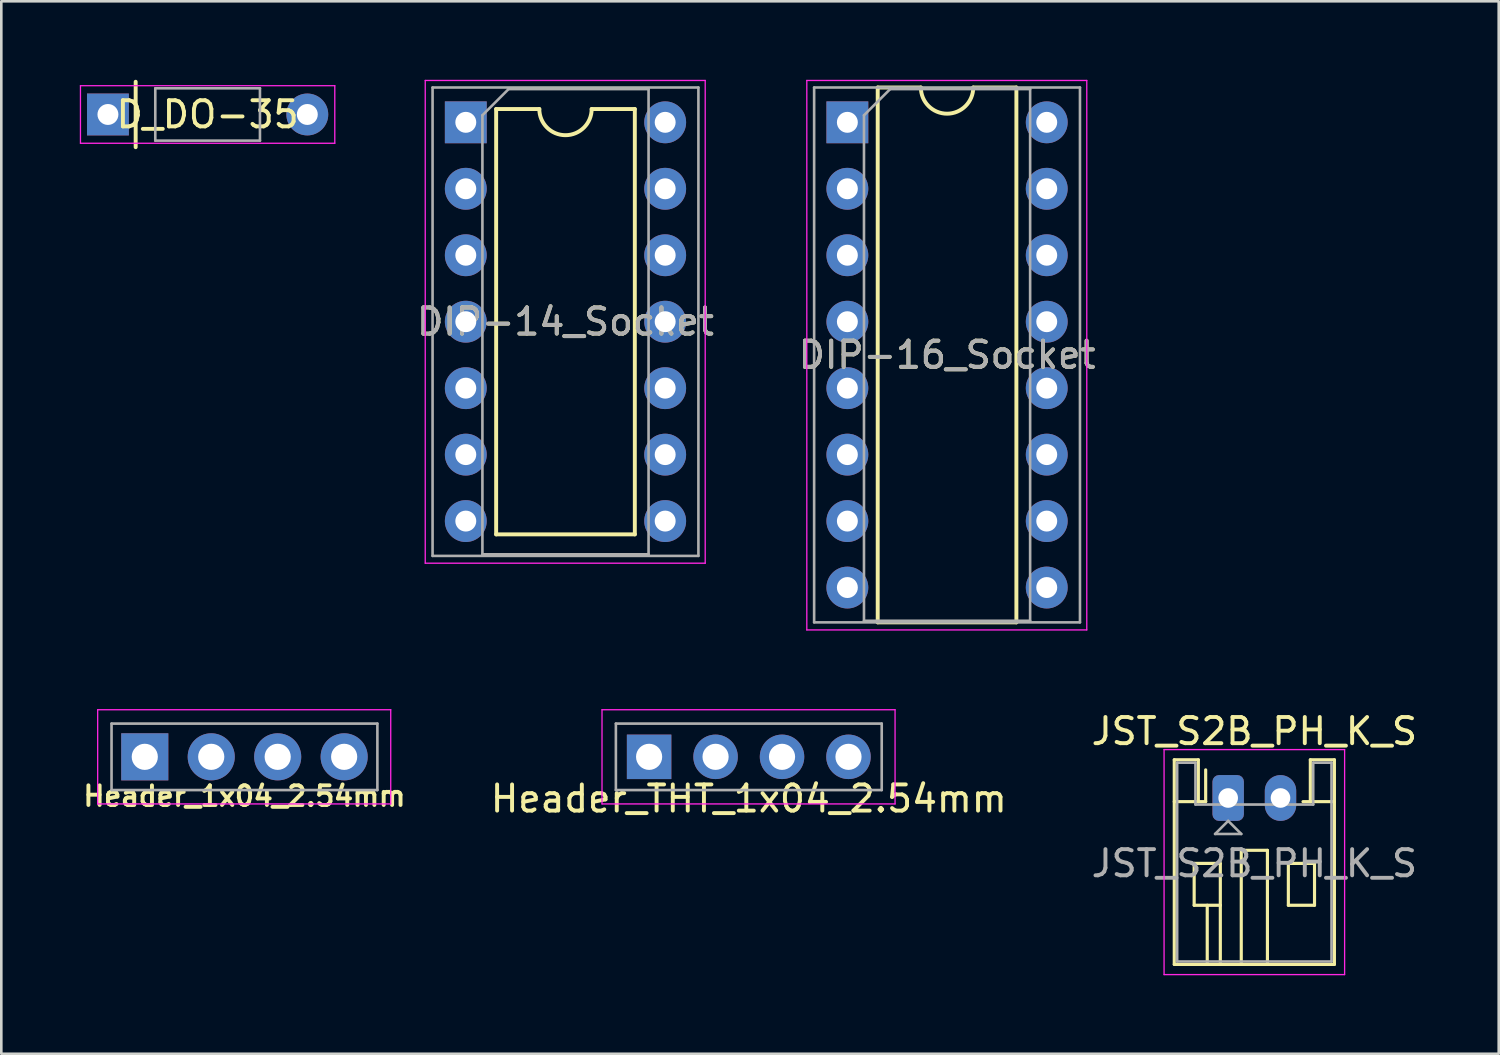
<source format=kicad_pcb>
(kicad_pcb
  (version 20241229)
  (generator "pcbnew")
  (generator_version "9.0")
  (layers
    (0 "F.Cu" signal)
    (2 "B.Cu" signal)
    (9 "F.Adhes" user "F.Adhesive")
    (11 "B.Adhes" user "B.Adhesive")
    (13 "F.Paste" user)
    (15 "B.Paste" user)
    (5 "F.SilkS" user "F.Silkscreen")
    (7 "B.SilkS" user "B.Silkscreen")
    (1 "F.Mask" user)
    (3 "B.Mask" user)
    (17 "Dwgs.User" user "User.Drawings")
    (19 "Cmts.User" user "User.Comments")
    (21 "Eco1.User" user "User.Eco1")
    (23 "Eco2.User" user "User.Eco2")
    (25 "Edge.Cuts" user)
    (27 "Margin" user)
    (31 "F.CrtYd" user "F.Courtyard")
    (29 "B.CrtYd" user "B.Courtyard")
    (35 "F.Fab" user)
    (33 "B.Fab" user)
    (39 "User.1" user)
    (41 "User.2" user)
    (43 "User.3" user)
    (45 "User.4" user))
  (footprint "DIP-14_Socket"
    (layer "F.Cu")
    (at 18.562 9.245)
    (property "Reference" "DIP-14_Socket" (at 0 0 0) (layer "F.SilkS") (effects (font (size 1 1) (thickness 0.15))))
    (attr through_hole)
    (fp_line (start -2.65 -8.128) (end -2.65 8.128) (stroke (width 0.15) (type solid)) (layer "F.SilkS"))
    (fp_line (start -2.65 8.128) (end 2.65 8.128) (stroke (width 0.15) (type solid)) (layer "F.SilkS"))
    (fp_line (start -1 -8.128) (end -2.65 -8.128) (stroke (width 0.15) (type solid)) (layer "F.SilkS"))
    (fp_line (start 2.65 -8.128) (end 1 -8.128) (stroke (width 0.15) (type solid)) (layer "F.SilkS"))
    (fp_line (start 2.65 8.128) (end 2.65 -8.128) (stroke (width 0.15) (type solid)) (layer "F.SilkS"))
    (fp_arc (start 1 -8.128) (mid 0 -7.128) (end -1 -8.128) (stroke (width 0.15) (type solid)) (layer "F.SilkS"))
    (fp_line (start -5.36 -9.22) (end -5.36 9.23) (stroke (width 0.05) (type solid)) (layer "F.CrtYd"))
    (fp_line (start -5.36 9.23) (end 5.34 9.23) (stroke (width 0.05) (type solid)) (layer "F.CrtYd"))
    (fp_line (start 5.34 -9.22) (end -5.36 -9.22) (stroke (width 0.05) (type solid)) (layer "F.CrtYd"))
    (fp_line (start 5.34 9.23) (end 5.34 -9.22) (stroke (width 0.05) (type solid)) (layer "F.CrtYd"))
    (fp_line (start -5.08 -8.95) (end -5.08 8.95) (stroke (width 0.1) (type solid)) (layer "F.Fab"))
    (fp_line (start -5.08 8.95) (end 5.08 8.95) (stroke (width 0.1) (type solid)) (layer "F.Fab"))
    (fp_line (start -3.175 -7.89) (end -2.175 -8.89) (stroke (width 0.1) (type solid)) (layer "F.Fab"))
    (fp_line (start -3.175 8.89) (end -3.175 -7.89) (stroke (width 0.1) (type solid)) (layer "F.Fab"))
    (fp_line (start -2.175 -8.89) (end 3.175 -8.89) (stroke (width 0.1) (type solid)) (layer "F.Fab"))
    (fp_line (start 3.175 -8.89) (end 3.175 8.89) (stroke (width 0.1) (type solid)) (layer "F.Fab"))
    (fp_line (start 3.175 8.89) (end -3.175 8.89) (stroke (width 0.1) (type solid)) (layer "F.Fab"))
    (fp_line (start 5.08 -8.95) (end -5.08 -8.95) (stroke (width 0.1) (type solid)) (layer "F.Fab"))
    (fp_line (start 5.08 8.95) (end 5.08 -8.95) (stroke (width 0.1) (type solid)) (layer "F.Fab"))
    (fp_text user "${REFERENCE}" (at 0 0 0) (layer "F.Fab") (effects (font (size 1 1) (thickness 0.15))))
    (pad "1" thru_hole rect (at -3.81 -7.62) (size 1.6 1.6) (drill 0.8) (layers "*.Cu" "*.Mask"))
    (pad "2" thru_hole oval (at -3.81 -5.08) (size 1.6 1.6) (drill 0.8) (layers "*.Cu" "*.Mask"))
    (pad "3" thru_hole oval (at -3.81 -2.54) (size 1.6 1.6) (drill 0.8) (layers "*.Cu" "*.Mask"))
    (pad "4" thru_hole oval (at -3.81 0) (size 1.6 1.6) (drill 0.8) (layers "*.Cu" "*.Mask"))
    (pad "5" thru_hole oval (at -3.81 2.54) (size 1.6 1.6) (drill 0.8) (layers "*.Cu" "*.Mask"))
    (pad "6" thru_hole oval (at -3.81 5.08) (size 1.6 1.6) (drill 0.8) (layers "*.Cu" "*.Mask"))
    (pad "7" thru_hole oval (at -3.81 7.62) (size 1.6 1.6) (drill 0.8) (layers "*.Cu" "*.Mask"))
    (pad "8" thru_hole oval (at 3.81 7.62) (size 1.6 1.6) (drill 0.8) (layers "*.Cu" "*.Mask"))
    (pad "9" thru_hole oval (at 3.81 5.08) (size 1.6 1.6) (drill 0.8) (layers "*.Cu" "*.Mask"))
    (pad "10" thru_hole oval (at 3.81 2.54) (size 1.6 1.6) (drill 0.8) (layers "*.Cu" "*.Mask"))
    (pad "11" thru_hole oval (at 3.81 0) (size 1.6 1.6) (drill 0.8) (layers "*.Cu" "*.Mask"))
    (pad "12" thru_hole oval (at 3.81 -2.54) (size 1.6 1.6) (drill 0.8) (layers "*.Cu" "*.Mask"))
    (pad "13" thru_hole oval (at 3.81 -5.08) (size 1.6 1.6) (drill 0.8) (layers "*.Cu" "*.Mask"))
    (pad "14" thru_hole oval (at 3.81 -7.62) (size 1.6 1.6) (drill 0.8) (layers "*.Cu" "*.Mask")))
  (footprint "DIP-16_Socket"
    (layer "F.Cu")
    (at 33.145 10.515)
    (property "Reference" "DIP-16_Socket" (at 0 0 0) (layer "F.SilkS") (effects (font (size 1 1) (thickness 0.15))))
    (attr through_hole)
    (fp_line (start -2.65 -10.22) (end -2.65 10.22) (stroke (width 0.15) (type solid)) (layer "F.SilkS"))
    (fp_line (start -2.65 10.22) (end 2.65 10.22) (stroke (width 0.15) (type solid)) (layer "F.SilkS"))
    (fp_line (start -1 -10.22) (end -2.65 -10.22) (stroke (width 0.15) (type solid)) (layer "F.SilkS"))
    (fp_line (start 2.65 -10.22) (end 1 -10.22) (stroke (width 0.15) (type solid)) (layer "F.SilkS"))
    (fp_line (start 2.65 10.22) (end 2.65 -10.22) (stroke (width 0.15) (type solid)) (layer "F.SilkS"))
    (fp_arc (start 1 -10.22) (mid 0 -9.22) (end -1 -10.22) (stroke (width 0.15) (type solid)) (layer "F.SilkS"))
    (fp_line (start -5.36 -10.49) (end -5.36 10.51) (stroke (width 0.05) (type solid)) (layer "F.CrtYd"))
    (fp_line (start -5.36 10.51) (end 5.34 10.51) (stroke (width 0.05) (type solid)) (layer "F.CrtYd"))
    (fp_line (start 5.34 -10.49) (end -5.36 -10.49) (stroke (width 0.05) (type solid)) (layer "F.CrtYd"))
    (fp_line (start 5.34 10.51) (end 5.34 -10.49) (stroke (width 0.05) (type solid)) (layer "F.CrtYd"))
    (fp_line (start -5.08 -10.22) (end -5.08 10.22) (stroke (width 0.1) (type solid)) (layer "F.Fab"))
    (fp_line (start -5.08 10.22) (end 5.08 10.22) (stroke (width 0.1) (type solid)) (layer "F.Fab"))
    (fp_line (start -3.175 -9.16) (end -2.175 -10.16) (stroke (width 0.1) (type solid)) (layer "F.Fab"))
    (fp_line (start -3.175 10.16) (end -3.175 -9.16) (stroke (width 0.1) (type solid)) (layer "F.Fab"))
    (fp_line (start -2.175 -10.16) (end 3.175 -10.16) (stroke (width 0.1) (type solid)) (layer "F.Fab"))
    (fp_line (start 3.175 -10.16) (end 3.175 10.16) (stroke (width 0.1) (type solid)) (layer "F.Fab"))
    (fp_line (start 3.175 10.16) (end -3.175 10.16) (stroke (width 0.1) (type solid)) (layer "F.Fab"))
    (fp_line (start 5.08 -10.22) (end -5.08 -10.22) (stroke (width 0.1) (type solid)) (layer "F.Fab"))
    (fp_line (start 5.08 10.22) (end 5.08 -10.22) (stroke (width 0.1) (type solid)) (layer "F.Fab"))
    (fp_text user "${REFERENCE}" (at 0 0 0) (layer "F.Fab") (effects (font (size 1 1) (thickness 0.15))))
    (pad "1" thru_hole rect (at -3.81 -8.89) (size 1.6 1.6) (drill 0.8) (layers "*.Cu" "*.Mask"))
    (pad "2" thru_hole oval (at -3.81 -6.35) (size 1.6 1.6) (drill 0.8) (layers "*.Cu" "*.Mask"))
    (pad "3" thru_hole oval (at -3.81 -3.81) (size 1.6 1.6) (drill 0.8) (layers "*.Cu" "*.Mask"))
    (pad "4" thru_hole oval (at -3.81 -1.27) (size 1.6 1.6) (drill 0.8) (layers "*.Cu" "*.Mask"))
    (pad "5" thru_hole oval (at -3.81 1.27) (size 1.6 1.6) (drill 0.8) (layers "*.Cu" "*.Mask"))
    (pad "6" thru_hole oval (at -3.81 3.81) (size 1.6 1.6) (drill 0.8) (layers "*.Cu" "*.Mask"))
    (pad "7" thru_hole oval (at -3.81 6.35) (size 1.6 1.6) (drill 0.8) (layers "*.Cu" "*.Mask"))
    (pad "8" thru_hole oval (at -3.81 8.89) (size 1.6 1.6) (drill 0.8) (layers "*.Cu" "*.Mask"))
    (pad "9" thru_hole oval (at 3.81 8.89) (size 1.6 1.6) (drill 0.8) (layers "*.Cu" "*.Mask"))
    (pad "10" thru_hole oval (at 3.81 6.35) (size 1.6 1.6) (drill 0.8) (layers "*.Cu" "*.Mask"))
    (pad "11" thru_hole oval (at 3.81 3.81) (size 1.6 1.6) (drill 0.8) (layers "*.Cu" "*.Mask"))
    (pad "12" thru_hole oval (at 3.81 1.27) (size 1.6 1.6) (drill 0.8) (layers "*.Cu" "*.Mask"))
    (pad "13" thru_hole oval (at 3.81 -1.27) (size 1.6 1.6) (drill 0.8) (layers "*.Cu" "*.Mask"))
    (pad "14" thru_hole oval (at 3.81 -3.81) (size 1.6 1.6) (drill 0.8) (layers "*.Cu" "*.Mask"))
    (pad "15" thru_hole oval (at 3.81 -6.35) (size 1.6 1.6) (drill 0.8) (layers "*.Cu" "*.Mask"))
    (pad "16" thru_hole oval (at 3.81 -8.89) (size 1.6 1.6) (drill 0.8) (layers "*.Cu" "*.Mask")))
  (footprint "Header_THT_1x04_2.54mm"
    (layer "F.Cu")
    (at 25.568 25.875)
    (property "Reference" "Header_THT_1x04_2.54mm" (at 0 1.6 0) (layer "F.SilkS") (effects (font (size 1 1) (thickness 0.15))))
    (attr through_hole)
    (fp_line (start -5.61 -1.8) (end -5.61 1.8) (stroke (width 0.05) (type solid)) (layer "F.CrtYd"))
    (fp_line (start -5.61 1.8) (end 5.59 1.8) (stroke (width 0.05) (type solid)) (layer "F.CrtYd"))
    (fp_line (start 5.59 -1.8) (end -5.61 -1.8) (stroke (width 0.05) (type solid)) (layer "F.CrtYd"))
    (fp_line (start 5.59 1.8) (end 5.59 -1.8) (stroke (width 0.05) (type solid)) (layer "F.CrtYd"))
    (fp_line (start -5.08 -1.27) (end 5.08 -1.27) (stroke (width 0.1) (type solid)) (layer "F.Fab"))
    (fp_line (start -5.08 1.27) (end -5.08 -1.27) (stroke (width 0.1) (type solid)) (layer "F.Fab"))
    (fp_line (start 5.08 -1.27) (end 5.08 1.27) (stroke (width 0.1) (type solid)) (layer "F.Fab"))
    (fp_line (start 5.08 1.27) (end -5.08 1.27) (stroke (width 0.1) (type solid)) (layer "F.Fab"))
    (pad "1" thru_hole rect (at -3.81 0 90) (size 1.7 1.7) (drill 1) (layers "*.Cu" "*.Mask"))
    (pad "2" thru_hole oval (at -1.27 0 90) (size 1.7 1.7) (drill 1) (layers "*.Cu" "*.Mask"))
    (pad "3" thru_hole oval (at 1.27 0 90) (size 1.7 1.7) (drill 1) (layers "*.Cu" "*.Mask"))
    (pad "4" thru_hole oval (at 3.81 0 90) (size 1.7 1.7) (drill 1) (layers "*.Cu" "*.Mask")))
  (footprint "Header_1x04_2.54mm"
    (layer "F.Cu")
    (at 6.293 25.875)
    (property "Reference" "Header_1x04_2.54mm" (at 0 1.5 0) (layer "F.SilkS") (effects (font (size 0.75 0.75) (thickness 0.15))))
    (attr through_hole)
    (fp_line (start -4.91 0.9) (end -4.91 -0.9) (stroke (width 0.1) (type solid)) (layer "B.Adhes"))
    (fp_line (start -4.71 -1.1) (end -2.91 -1.1) (stroke (width 0.1) (type solid)) (layer "B.Adhes"))
    (fp_line (start -4.71 1.1) (end -2.91 1.1) (stroke (width 0.1) (type solid)) (layer "B.Adhes"))
    (fp_line (start -2.71 0.9) (end -2.71 -0.9) (stroke (width 0.1) (type solid)) (layer "B.Adhes"))
    (fp_arc (start -4.91 -0.9) (mid -4.851421 -1.041421) (end -4.71 -1.1) (stroke (width 0.1) (type solid)) (layer "B.Adhes"))
    (fp_arc (start -4.71 1.1) (mid -4.851421 1.041421) (end -4.91 0.9) (stroke (width 0.1) (type solid)) (layer "B.Adhes"))
    (fp_arc (start -2.91 -1.1) (mid -2.768579 -1.041421) (end -2.71 -0.9) (stroke (width 0.1) (type solid)) (layer "B.Adhes"))
    (fp_arc (start -2.71 0.9) (mid -2.768579 1.041421) (end -2.91 1.1) (stroke (width 0.1) (type solid)) (layer "B.Adhes"))
    (fp_circle (center -1.27 0) (end -0.17 0) (stroke (width 0.1) (type solid)) (fill no) (layer "B.Adhes"))
    (fp_circle (center 1.27 0) (end 2.37 0) (stroke (width 0.1) (type solid)) (fill no) (layer "B.Adhes"))
    (fp_circle (center 3.81 0) (end 4.91 0) (stroke (width 0.1) (type solid)) (fill no) (layer "B.Adhes"))
    (fp_line (start -5.61 -1.8) (end -5.61 1.8) (stroke (width 0.05) (type solid)) (layer "F.CrtYd"))
    (fp_line (start -5.61 1.8) (end 5.59 1.8) (stroke (width 0.05) (type solid)) (layer "F.CrtYd"))
    (fp_line (start 5.59 -1.8) (end -5.61 -1.8) (stroke (width 0.05) (type solid)) (layer "F.CrtYd"))
    (fp_line (start 5.59 1.8) (end 5.59 -1.8) (stroke (width 0.05) (type solid)) (layer "F.CrtYd"))
    (fp_line (start -5.08 -1.27) (end 5.08 -1.27) (stroke (width 0.1) (type solid)) (layer "F.Fab"))
    (fp_line (start -5.08 1.27) (end -5.08 -1.27) (stroke (width 0.1) (type solid)) (layer "F.Fab"))
    (fp_line (start 5.08 -1.27) (end 5.08 1.27) (stroke (width 0.1) (type solid)) (layer "F.Fab"))
    (fp_line (start 5.08 1.27) (end -5.08 1.27) (stroke (width 0.1) (type solid)) (layer "F.Fab"))
    (pad "1" thru_hole rect (at -3.81 0) (size 1.8 1.8) (drill 1) (layers "*.Cu" "*.Mask"))
    (pad "2" thru_hole oval (at -1.27 0) (size 1.8 1.8) (drill 1) (layers "*.Cu" "*.Mask"))
    (pad "3" thru_hole oval (at 1.27 0) (size 1.8 1.8) (drill 1) (layers "*.Cu" "*.Mask"))
    (pad "4" thru_hole oval (at 3.81 0) (size 1.8 1.8) (drill 1) (layers "*.Cu" "*.Mask")))
  (footprint "D_DO-35"
    (layer "F.Cu")
    (at 4.885 1.325)
    (property "Reference" "D_DO-35" (at 0 0 0) (layer "F.SilkS") (effects (font (size 1 1) (thickness 0.15))))
    (attr through_hole)
    (fp_line (start -2.75 -1.25) (end -2.75 1.25) (stroke (width 0.15) (type solid)) (layer "F.SilkS"))
    (fp_line (start -4.86 -1.1) (end -4.86 1.1) (stroke (width 0.05) (type solid)) (layer "F.CrtYd"))
    (fp_line (start -4.86 1.1) (end 4.86 1.1) (stroke (width 0.05) (type solid)) (layer "F.CrtYd"))
    (fp_line (start 4.86 -1.1) (end -4.86 -1.1) (stroke (width 0.05) (type solid)) (layer "F.CrtYd"))
    (fp_line (start 4.86 1.1) (end 4.86 -1.1) (stroke (width 0.05) (type solid)) (layer "F.CrtYd"))
    (fp_line (start -2 -1) (end -2 1) (stroke (width 0.1) (type solid)) (layer "F.Fab"))
    (fp_line (start -2 1) (end 2 1) (stroke (width 0.1) (type solid)) (layer "F.Fab"))
    (fp_line (start 2 -1) (end -2 -1) (stroke (width 0.1) (type solid)) (layer "F.Fab"))
    (fp_line (start 2 1) (end 2 -1) (stroke (width 0.1) (type solid)) (layer "F.Fab"))
    (pad "1" thru_hole rect (at -3.81 0 270) (size 1.6 1.6) (drill 0.8) (layers "*.Cu" "*.Mask"))
    (pad "2" thru_hole oval (at 3.81 0 270) (size 1.6 1.6) (drill 0.8) (layers "*.Cu" "*.Mask")))
  (footprint "JST_S2B_PH_K_S"
    (layer "F.Cu")
    (at 43.889 27.448)
    (property "Reference" "JST_S2B_PH_K_S" (at 1 -2.55 0) (layer "F.SilkS") (effects (font (size 1 1) (thickness 0.15))))
    (attr through_hole)
    (fp_line (start -2.06 -1.46) (end -2.06 6.36) (stroke (width 0.12) (type solid)) (layer "F.SilkS"))
    (fp_line (start -2.06 0.14) (end -1.14 0.14) (stroke (width 0.12) (type solid)) (layer "F.SilkS"))
    (fp_line (start -2.06 6.36) (end 4.06 6.36) (stroke (width 0.12) (type solid)) (layer "F.SilkS"))
    (fp_line (start -1.3 2.5) (end -1.3 4.1) (stroke (width 0.12) (type solid)) (layer "F.SilkS"))
    (fp_line (start -1.3 4.1) (end -0.3 4.1) (stroke (width 0.12) (type solid)) (layer "F.SilkS"))
    (fp_line (start -1.14 -1.46) (end -2.06 -1.46) (stroke (width 0.12) (type solid)) (layer "F.SilkS"))
    (fp_line (start -1.14 0.14) (end -1.14 -1.46) (stroke (width 0.12) (type solid)) (layer "F.SilkS"))
    (fp_line (start -0.86 0.14) (end -1.14 0.14) (stroke (width 0.12) (type solid)) (layer "F.SilkS"))
    (fp_line (start -0.86 0.14) (end -0.86 -1.075) (stroke (width 0.12) (type solid)) (layer "F.SilkS"))
    (fp_line (start -0.8 4.1) (end -0.8 6.36) (stroke (width 0.12) (type solid)) (layer "F.SilkS"))
    (fp_line (start -0.3 2.5) (end -1.3 2.5) (stroke (width 0.12) (type solid)) (layer "F.SilkS"))
    (fp_line (start -0.3 4.1) (end -0.3 2.5) (stroke (width 0.12) (type solid)) (layer "F.SilkS"))
    (fp_line (start -0.3 4.1) (end -0.3 6.36) (stroke (width 0.12) (type solid)) (layer "F.SilkS"))
    (fp_line (start 0.5 2) (end 1.5 2) (stroke (width 0.12) (type solid)) (layer "F.SilkS"))
    (fp_line (start 0.5 6.36) (end 0.5 2) (stroke (width 0.12) (type solid)) (layer "F.SilkS"))
    (fp_line (start 1.5 2) (end 1.5 6.36) (stroke (width 0.12) (type solid)) (layer "F.SilkS"))
    (fp_line (start 2.3 2.5) (end 3.3 2.5) (stroke (width 0.12) (type solid)) (layer "F.SilkS"))
    (fp_line (start 2.3 4.1) (end 2.3 2.5) (stroke (width 0.12) (type solid)) (layer "F.SilkS"))
    (fp_line (start 3.14 -1.46) (end 3.14 0.14) (stroke (width 0.12) (type solid)) (layer "F.SilkS"))
    (fp_line (start 3.14 0.14) (end 2.86 0.14) (stroke (width 0.12) (type solid)) (layer "F.SilkS"))
    (fp_line (start 3.3 2.5) (end 3.3 4.1) (stroke (width 0.12) (type solid)) (layer "F.SilkS"))
    (fp_line (start 3.3 4.1) (end 2.3 4.1) (stroke (width 0.12) (type solid)) (layer "F.SilkS"))
    (fp_line (start 4.06 -1.46) (end 3.14 -1.46) (stroke (width 0.12) (type solid)) (layer "F.SilkS"))
    (fp_line (start 4.06 0.14) (end 3.14 0.14) (stroke (width 0.12) (type solid)) (layer "F.SilkS"))
    (fp_line (start 4.06 6.36) (end 4.06 -1.46) (stroke (width 0.12) (type solid)) (layer "F.SilkS"))
    (fp_line (start -2.45 -1.85) (end -2.45 6.75) (stroke (width 0.05) (type solid)) (layer "F.CrtYd"))
    (fp_line (start -2.45 6.75) (end 4.45 6.75) (stroke (width 0.05) (type solid)) (layer "F.CrtYd"))
    (fp_line (start 4.45 -1.85) (end -2.45 -1.85) (stroke (width 0.05) (type solid)) (layer "F.CrtYd"))
    (fp_line (start 4.45 6.75) (end 4.45 -1.85) (stroke (width 0.05) (type solid)) (layer "F.CrtYd"))
    (fp_line (start -1.95 -1.35) (end -1.95 6.25) (stroke (width 0.1) (type solid)) (layer "F.Fab"))
    (fp_line (start -1.95 6.25) (end 3.95 6.25) (stroke (width 0.1) (type solid)) (layer "F.Fab"))
    (fp_line (start -1.25 -1.35) (end -1.95 -1.35) (stroke (width 0.1) (type solid)) (layer "F.Fab"))
    (fp_line (start -1.25 0.25) (end -1.25 -1.35) (stroke (width 0.1) (type solid)) (layer "F.Fab"))
    (fp_line (start -0.5 1.375) (end 0.5 1.375) (stroke (width 0.1) (type solid)) (layer "F.Fab"))
    (fp_line (start 0 0.875) (end -0.5 1.375) (stroke (width 0.1) (type solid)) (layer "F.Fab"))
    (fp_line (start 0.5 1.375) (end 0 0.875) (stroke (width 0.1) (type solid)) (layer "F.Fab"))
    (fp_line (start 3.25 -1.35) (end 3.25 0.25) (stroke (width 0.1) (type solid)) (layer "F.Fab"))
    (fp_line (start 3.25 0.25) (end -1.25 0.25) (stroke (width 0.1) (type solid)) (layer "F.Fab"))
    (fp_line (start 3.95 -1.35) (end 3.25 -1.35) (stroke (width 0.1) (type solid)) (layer "F.Fab"))
    (fp_line (start 3.95 6.25) (end 3.95 -1.35) (stroke (width 0.1) (type solid)) (layer "F.Fab"))
    (fp_text user "${REFERENCE}" (at 1 2.5 0) (layer "F.Fab") (effects (font (size 1 1) (thickness 0.15))))
    (pad "1" thru_hole roundrect (at 0 0) (size 1.2 1.75) (drill 0.75) (layers "*.Cu" "*.Mask") (roundrect_rratio 0.208))
    (pad "2" thru_hole oval (at 2 0) (size 1.2 1.75) (drill 0.75) (layers "*.Cu" "*.Mask")))
  (gr_rect
    (start -3 -3)
    (end 54.229 37.223)
    (stroke (width 0.1) (type default))
    (fill no)
    (layer "Edge.Cuts")))
</source>
